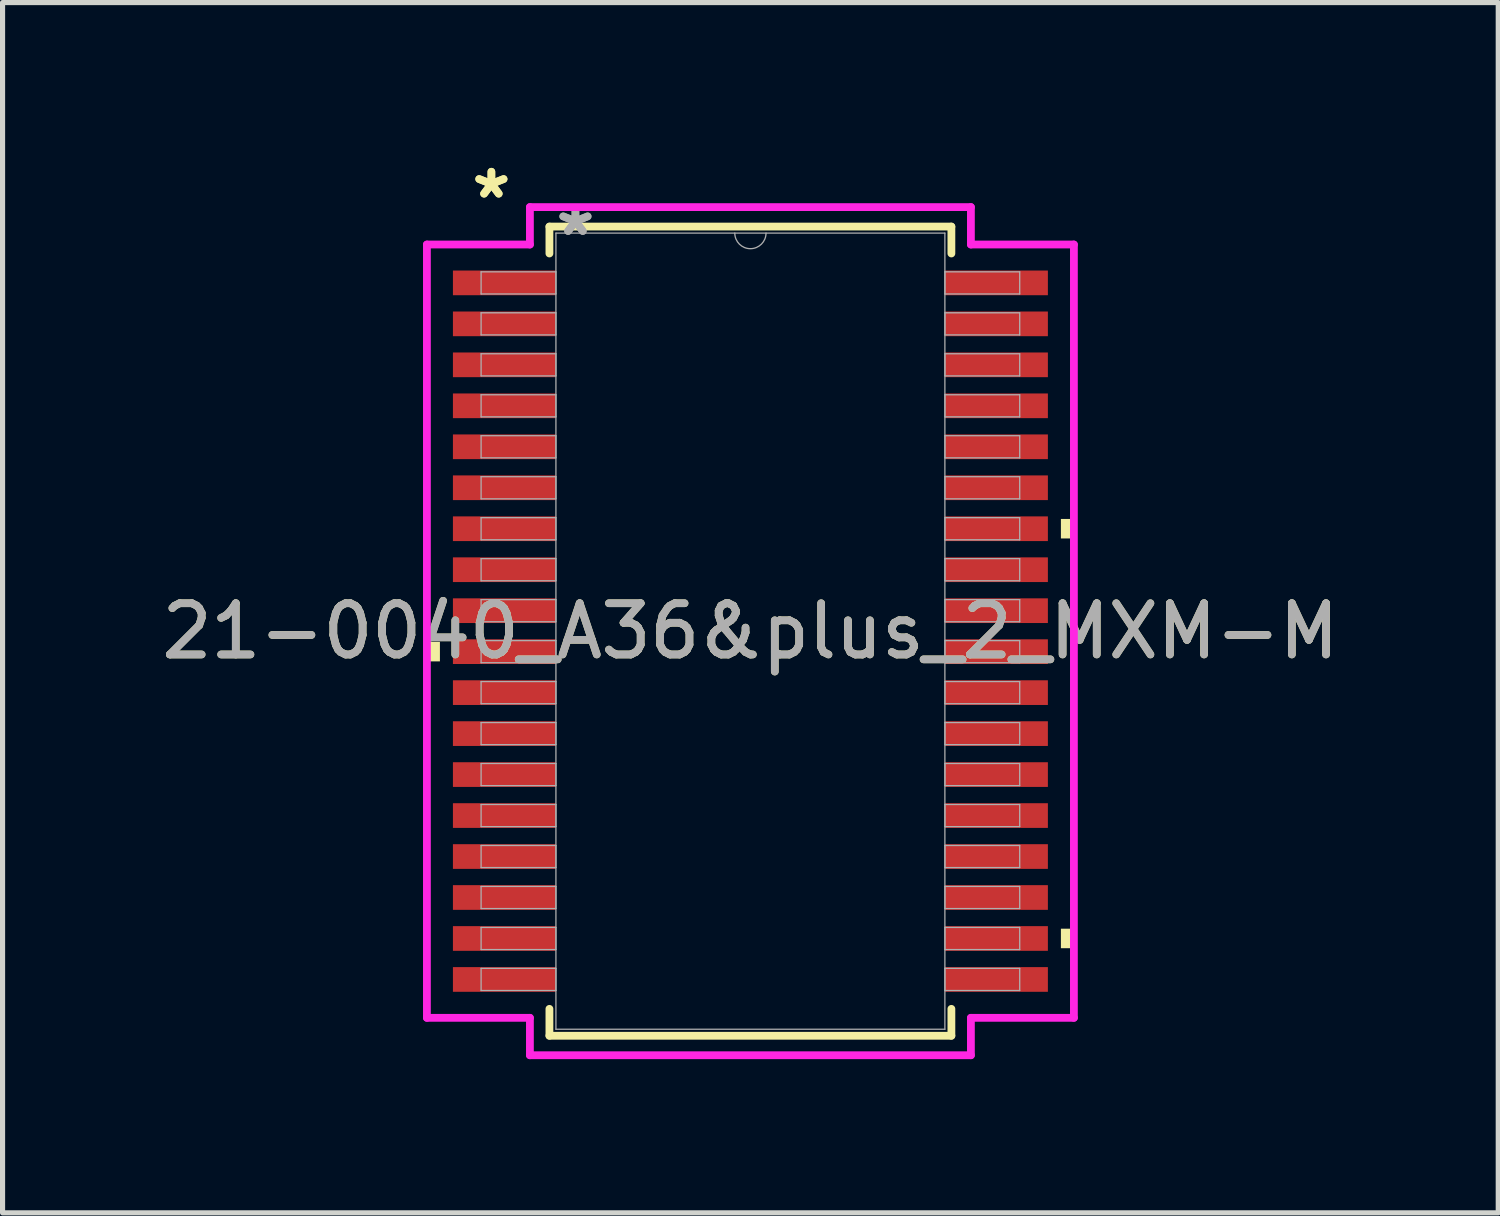
<source format=kicad_pcb>
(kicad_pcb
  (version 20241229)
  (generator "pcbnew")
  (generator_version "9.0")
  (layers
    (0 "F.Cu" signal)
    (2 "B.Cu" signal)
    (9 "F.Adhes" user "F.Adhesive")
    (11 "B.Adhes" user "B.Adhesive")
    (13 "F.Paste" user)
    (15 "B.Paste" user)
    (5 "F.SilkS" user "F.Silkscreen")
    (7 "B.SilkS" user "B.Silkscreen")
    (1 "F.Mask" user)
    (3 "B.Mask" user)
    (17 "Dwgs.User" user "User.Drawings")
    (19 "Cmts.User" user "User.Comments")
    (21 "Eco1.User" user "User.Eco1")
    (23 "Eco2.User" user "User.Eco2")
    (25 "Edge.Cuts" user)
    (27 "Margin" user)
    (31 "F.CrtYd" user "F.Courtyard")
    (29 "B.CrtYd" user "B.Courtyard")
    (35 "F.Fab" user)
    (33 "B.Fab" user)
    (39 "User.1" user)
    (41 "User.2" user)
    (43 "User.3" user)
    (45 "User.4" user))
  (footprint "21-0040_A36&plus_2_MXM-M"
    (layer "F.Cu")
    (at 11.601 9.273)
    (property "Reference" "21-0040_A36&plus_2_MXM-M" (at 0 0 0) (unlocked yes) (layer "F.SilkS") (effects (font (size 1 1) (thickness 0.15))))
    (attr smd)
    (fp_line (start -3.924 -7.899) (end -3.924 -7.374) (stroke (width 0.152) (type solid)) (layer "F.SilkS"))
    (fp_line (start -3.924 7.374) (end -3.924 7.899) (stroke (width 0.152) (type solid)) (layer "F.SilkS"))
    (fp_line (start -3.924 7.899) (end 3.924 7.899) (stroke (width 0.152) (type solid)) (layer "F.SilkS"))
    (fp_line (start 3.924 -7.899) (end -3.924 -7.899) (stroke (width 0.152) (type solid)) (layer "F.SilkS"))
    (fp_line (start 3.924 -7.374) (end 3.924 -7.899) (stroke (width 0.152) (type solid)) (layer "F.SilkS"))
    (fp_line (start 3.924 7.899) (end 3.924 7.374) (stroke (width 0.152) (type solid)) (layer "F.SilkS"))
    (fp_poly (pts (xy -6.316 0.209) (xy -6.316 0.59) (xy -6.062 0.59) (xy -6.062 0.209)) (stroke (width 0) (type solid)) (fill yes) (layer "F.SilkS"))
    (fp_poly (pts (xy 6.316 -2.191) (xy 6.316 -1.81) (xy 6.062 -1.81) (xy 6.062 -2.191)) (stroke (width 0) (type solid)) (fill yes) (layer "F.SilkS"))
    (fp_poly (pts (xy 6.316 5.809) (xy 6.316 6.19) (xy 6.062 6.19) (xy 6.062 5.809)) (stroke (width 0) (type solid)) (fill yes) (layer "F.SilkS"))
    (fp_line (start -6.316 -7.549) (end -4.305 -7.549) (stroke (width 0.152) (type solid)) (layer "F.CrtYd"))
    (fp_line (start -6.316 7.549) (end -6.316 -7.549) (stroke (width 0.152) (type solid)) (layer "F.CrtYd"))
    (fp_line (start -6.316 7.549) (end -4.305 7.549) (stroke (width 0.152) (type solid)) (layer "F.CrtYd"))
    (fp_line (start -4.305 -8.28) (end 4.305 -8.28) (stroke (width 0.152) (type solid)) (layer "F.CrtYd"))
    (fp_line (start -4.305 -7.549) (end -4.305 -8.28) (stroke (width 0.152) (type solid)) (layer "F.CrtYd"))
    (fp_line (start -4.305 8.28) (end -4.305 7.549) (stroke (width 0.152) (type solid)) (layer "F.CrtYd"))
    (fp_line (start 4.305 -8.28) (end 4.305 -7.549) (stroke (width 0.152) (type solid)) (layer "F.CrtYd"))
    (fp_line (start 4.305 7.549) (end 4.305 8.28) (stroke (width 0.152) (type solid)) (layer "F.CrtYd"))
    (fp_line (start 4.305 8.28) (end -4.305 8.28) (stroke (width 0.152) (type solid)) (layer "F.CrtYd"))
    (fp_line (start 6.316 -7.549) (end 4.305 -7.549) (stroke (width 0.152) (type solid)) (layer "F.CrtYd"))
    (fp_line (start 6.316 -7.549) (end 6.316 7.549) (stroke (width 0.152) (type solid)) (layer "F.CrtYd"))
    (fp_line (start 6.316 7.549) (end 4.305 7.549) (stroke (width 0.152) (type solid)) (layer "F.CrtYd"))
    (fp_line (start -5.258 -7.016) (end -5.258 -6.584) (stroke (width 0.025) (type solid)) (layer "F.Fab"))
    (fp_line (start -5.258 -6.584) (end -3.797 -6.584) (stroke (width 0.025) (type solid)) (layer "F.Fab"))
    (fp_line (start -5.258 -6.216) (end -5.258 -5.784) (stroke (width 0.025) (type solid)) (layer "F.Fab"))
    (fp_line (start -5.258 -5.784) (end -3.797 -5.784) (stroke (width 0.025) (type solid)) (layer "F.Fab"))
    (fp_line (start -5.258 -5.416) (end -5.258 -4.984) (stroke (width 0.025) (type solid)) (layer "F.Fab"))
    (fp_line (start -5.258 -4.984) (end -3.797 -4.984) (stroke (width 0.025) (type solid)) (layer "F.Fab"))
    (fp_line (start -5.258 -4.616) (end -5.258 -4.184) (stroke (width 0.025) (type solid)) (layer "F.Fab"))
    (fp_line (start -5.258 -4.184) (end -3.797 -4.184) (stroke (width 0.025) (type solid)) (layer "F.Fab"))
    (fp_line (start -5.258 -3.816) (end -5.258 -3.384) (stroke (width 0.025) (type solid)) (layer "F.Fab"))
    (fp_line (start -5.258 -3.384) (end -3.797 -3.384) (stroke (width 0.025) (type solid)) (layer "F.Fab"))
    (fp_line (start -5.258 -3.016) (end -5.258 -2.584) (stroke (width 0.025) (type solid)) (layer "F.Fab"))
    (fp_line (start -5.258 -2.584) (end -3.797 -2.584) (stroke (width 0.025) (type solid)) (layer "F.Fab"))
    (fp_line (start -5.258 -2.216) (end -5.258 -1.784) (stroke (width 0.025) (type solid)) (layer "F.Fab"))
    (fp_line (start -5.258 -1.784) (end -3.797 -1.784) (stroke (width 0.025) (type solid)) (layer "F.Fab"))
    (fp_line (start -5.258 -1.416) (end -5.258 -0.984) (stroke (width 0.025) (type solid)) (layer "F.Fab"))
    (fp_line (start -5.258 -0.984) (end -3.797 -0.984) (stroke (width 0.025) (type solid)) (layer "F.Fab"))
    (fp_line (start -5.258 -0.616) (end -5.258 -0.184) (stroke (width 0.025) (type solid)) (layer "F.Fab"))
    (fp_line (start -5.258 -0.184) (end -3.797 -0.184) (stroke (width 0.025) (type solid)) (layer "F.Fab"))
    (fp_line (start -5.258 0.184) (end -5.258 0.616) (stroke (width 0.025) (type solid)) (layer "F.Fab"))
    (fp_line (start -5.258 0.616) (end -3.797 0.616) (stroke (width 0.025) (type solid)) (layer "F.Fab"))
    (fp_line (start -5.258 0.984) (end -5.258 1.416) (stroke (width 0.025) (type solid)) (layer "F.Fab"))
    (fp_line (start -5.258 1.416) (end -3.797 1.416) (stroke (width 0.025) (type solid)) (layer "F.Fab"))
    (fp_line (start -5.258 1.784) (end -5.258 2.216) (stroke (width 0.025) (type solid)) (layer "F.Fab"))
    (fp_line (start -5.258 2.216) (end -3.797 2.216) (stroke (width 0.025) (type solid)) (layer "F.Fab"))
    (fp_line (start -5.258 2.584) (end -5.258 3.016) (stroke (width 0.025) (type solid)) (layer "F.Fab"))
    (fp_line (start -5.258 3.016) (end -3.797 3.016) (stroke (width 0.025) (type solid)) (layer "F.Fab"))
    (fp_line (start -5.258 3.384) (end -5.258 3.816) (stroke (width 0.025) (type solid)) (layer "F.Fab"))
    (fp_line (start -5.258 3.816) (end -3.797 3.816) (stroke (width 0.025) (type solid)) (layer "F.Fab"))
    (fp_line (start -5.258 4.184) (end -5.258 4.616) (stroke (width 0.025) (type solid)) (layer "F.Fab"))
    (fp_line (start -5.258 4.616) (end -3.797 4.616) (stroke (width 0.025) (type solid)) (layer "F.Fab"))
    (fp_line (start -5.258 4.984) (end -5.258 5.416) (stroke (width 0.025) (type solid)) (layer "F.Fab"))
    (fp_line (start -5.258 5.416) (end -3.797 5.416) (stroke (width 0.025) (type solid)) (layer "F.Fab"))
    (fp_line (start -5.258 5.784) (end -5.258 6.216) (stroke (width 0.025) (type solid)) (layer "F.Fab"))
    (fp_line (start -5.258 6.216) (end -3.797 6.216) (stroke (width 0.025) (type solid)) (layer "F.Fab"))
    (fp_line (start -5.258 6.584) (end -5.258 7.016) (stroke (width 0.025) (type solid)) (layer "F.Fab"))
    (fp_line (start -5.258 7.016) (end -3.797 7.016) (stroke (width 0.025) (type solid)) (layer "F.Fab"))
    (fp_line (start -3.797 -7.772) (end -3.797 7.772) (stroke (width 0.025) (type solid)) (layer "F.Fab"))
    (fp_line (start -3.797 -7.016) (end -5.258 -7.016) (stroke (width 0.025) (type solid)) (layer "F.Fab"))
    (fp_line (start -3.797 -6.584) (end -3.797 -7.016) (stroke (width 0.025) (type solid)) (layer "F.Fab"))
    (fp_line (start -3.797 -6.216) (end -5.258 -6.216) (stroke (width 0.025) (type solid)) (layer "F.Fab"))
    (fp_line (start -3.797 -5.784) (end -3.797 -6.216) (stroke (width 0.025) (type solid)) (layer "F.Fab"))
    (fp_line (start -3.797 -5.416) (end -5.258 -5.416) (stroke (width 0.025) (type solid)) (layer "F.Fab"))
    (fp_line (start -3.797 -4.984) (end -3.797 -5.416) (stroke (width 0.025) (type solid)) (layer "F.Fab"))
    (fp_line (start -3.797 -4.616) (end -5.258 -4.616) (stroke (width 0.025) (type solid)) (layer "F.Fab"))
    (fp_line (start -3.797 -4.184) (end -3.797 -4.616) (stroke (width 0.025) (type solid)) (layer "F.Fab"))
    (fp_line (start -3.797 -3.816) (end -5.258 -3.816) (stroke (width 0.025) (type solid)) (layer "F.Fab"))
    (fp_line (start -3.797 -3.384) (end -3.797 -3.816) (stroke (width 0.025) (type solid)) (layer "F.Fab"))
    (fp_line (start -3.797 -3.016) (end -5.258 -3.016) (stroke (width 0.025) (type solid)) (layer "F.Fab"))
    (fp_line (start -3.797 -2.584) (end -3.797 -3.016) (stroke (width 0.025) (type solid)) (layer "F.Fab"))
    (fp_line (start -3.797 -2.216) (end -5.258 -2.216) (stroke (width 0.025) (type solid)) (layer "F.Fab"))
    (fp_line (start -3.797 -1.784) (end -3.797 -2.216) (stroke (width 0.025) (type solid)) (layer "F.Fab"))
    (fp_line (start -3.797 -1.416) (end -5.258 -1.416) (stroke (width 0.025) (type solid)) (layer "F.Fab"))
    (fp_line (start -3.797 -0.984) (end -3.797 -1.416) (stroke (width 0.025) (type solid)) (layer "F.Fab"))
    (fp_line (start -3.797 -0.616) (end -5.258 -0.616) (stroke (width 0.025) (type solid)) (layer "F.Fab"))
    (fp_line (start -3.797 -0.184) (end -3.797 -0.616) (stroke (width 0.025) (type solid)) (layer "F.Fab"))
    (fp_line (start -3.797 0.184) (end -5.258 0.184) (stroke (width 0.025) (type solid)) (layer "F.Fab"))
    (fp_line (start -3.797 0.616) (end -3.797 0.184) (stroke (width 0.025) (type solid)) (layer "F.Fab"))
    (fp_line (start -3.797 0.984) (end -5.258 0.984) (stroke (width 0.025) (type solid)) (layer "F.Fab"))
    (fp_line (start -3.797 1.416) (end -3.797 0.984) (stroke (width 0.025) (type solid)) (layer "F.Fab"))
    (fp_line (start -3.797 1.784) (end -5.258 1.784) (stroke (width 0.025) (type solid)) (layer "F.Fab"))
    (fp_line (start -3.797 2.216) (end -3.797 1.784) (stroke (width 0.025) (type solid)) (layer "F.Fab"))
    (fp_line (start -3.797 2.584) (end -5.258 2.584) (stroke (width 0.025) (type solid)) (layer "F.Fab"))
    (fp_line (start -3.797 3.016) (end -3.797 2.584) (stroke (width 0.025) (type solid)) (layer "F.Fab"))
    (fp_line (start -3.797 3.384) (end -5.258 3.384) (stroke (width 0.025) (type solid)) (layer "F.Fab"))
    (fp_line (start -3.797 3.816) (end -3.797 3.384) (stroke (width 0.025) (type solid)) (layer "F.Fab"))
    (fp_line (start -3.797 4.184) (end -5.258 4.184) (stroke (width 0.025) (type solid)) (layer "F.Fab"))
    (fp_line (start -3.797 4.616) (end -3.797 4.184) (stroke (width 0.025) (type solid)) (layer "F.Fab"))
    (fp_line (start -3.797 4.984) (end -5.258 4.984) (stroke (width 0.025) (type solid)) (layer "F.Fab"))
    (fp_line (start -3.797 5.416) (end -3.797 4.984) (stroke (width 0.025) (type solid)) (layer "F.Fab"))
    (fp_line (start -3.797 5.784) (end -5.258 5.784) (stroke (width 0.025) (type solid)) (layer "F.Fab"))
    (fp_line (start -3.797 6.216) (end -3.797 5.784) (stroke (width 0.025) (type solid)) (layer "F.Fab"))
    (fp_line (start -3.797 6.584) (end -5.258 6.584) (stroke (width 0.025) (type solid)) (layer "F.Fab"))
    (fp_line (start -3.797 7.016) (end -3.797 6.584) (stroke (width 0.025) (type solid)) (layer "F.Fab"))
    (fp_line (start -3.797 7.772) (end 3.797 7.772) (stroke (width 0.025) (type solid)) (layer "F.Fab"))
    (fp_line (start 3.797 -7.772) (end -3.797 -7.772) (stroke (width 0.025) (type solid)) (layer "F.Fab"))
    (fp_line (start 3.797 -7.016) (end 3.797 -6.584) (stroke (width 0.025) (type solid)) (layer "F.Fab"))
    (fp_line (start 3.797 -6.584) (end 5.258 -6.584) (stroke (width 0.025) (type solid)) (layer "F.Fab"))
    (fp_line (start 3.797 -6.216) (end 3.797 -5.784) (stroke (width 0.025) (type solid)) (layer "F.Fab"))
    (fp_line (start 3.797 -5.784) (end 5.258 -5.784) (stroke (width 0.025) (type solid)) (layer "F.Fab"))
    (fp_line (start 3.797 -5.416) (end 3.797 -4.984) (stroke (width 0.025) (type solid)) (layer "F.Fab"))
    (fp_line (start 3.797 -4.984) (end 5.258 -4.984) (stroke (width 0.025) (type solid)) (layer "F.Fab"))
    (fp_line (start 3.797 -4.616) (end 3.797 -4.184) (stroke (width 0.025) (type solid)) (layer "F.Fab"))
    (fp_line (start 3.797 -4.184) (end 5.258 -4.184) (stroke (width 0.025) (type solid)) (layer "F.Fab"))
    (fp_line (start 3.797 -3.816) (end 3.797 -3.384) (stroke (width 0.025) (type solid)) (layer "F.Fab"))
    (fp_line (start 3.797 -3.384) (end 5.258 -3.384) (stroke (width 0.025) (type solid)) (layer "F.Fab"))
    (fp_line (start 3.797 -3.016) (end 3.797 -2.584) (stroke (width 0.025) (type solid)) (layer "F.Fab"))
    (fp_line (start 3.797 -2.584) (end 5.258 -2.584) (stroke (width 0.025) (type solid)) (layer "F.Fab"))
    (fp_line (start 3.797 -2.216) (end 3.797 -1.784) (stroke (width 0.025) (type solid)) (layer "F.Fab"))
    (fp_line (start 3.797 -1.784) (end 5.258 -1.784) (stroke (width 0.025) (type solid)) (layer "F.Fab"))
    (fp_line (start 3.797 -1.416) (end 3.797 -0.984) (stroke (width 0.025) (type solid)) (layer "F.Fab"))
    (fp_line (start 3.797 -0.984) (end 5.258 -0.984) (stroke (width 0.025) (type solid)) (layer "F.Fab"))
    (fp_line (start 3.797 -0.616) (end 3.797 -0.184) (stroke (width 0.025) (type solid)) (layer "F.Fab"))
    (fp_line (start 3.797 -0.184) (end 5.258 -0.184) (stroke (width 0.025) (type solid)) (layer "F.Fab"))
    (fp_line (start 3.797 0.184) (end 3.797 0.616) (stroke (width 0.025) (type solid)) (layer "F.Fab"))
    (fp_line (start 3.797 0.616) (end 5.258 0.616) (stroke (width 0.025) (type solid)) (layer "F.Fab"))
    (fp_line (start 3.797 0.984) (end 3.797 1.416) (stroke (width 0.025) (type solid)) (layer "F.Fab"))
    (fp_line (start 3.797 1.416) (end 5.258 1.416) (stroke (width 0.025) (type solid)) (layer "F.Fab"))
    (fp_line (start 3.797 1.784) (end 3.797 2.216) (stroke (width 0.025) (type solid)) (layer "F.Fab"))
    (fp_line (start 3.797 2.216) (end 5.258 2.216) (stroke (width 0.025) (type solid)) (layer "F.Fab"))
    (fp_line (start 3.797 2.584) (end 3.797 3.016) (stroke (width 0.025) (type solid)) (layer "F.Fab"))
    (fp_line (start 3.797 3.016) (end 5.258 3.016) (stroke (width 0.025) (type solid)) (layer "F.Fab"))
    (fp_line (start 3.797 3.384) (end 3.797 3.816) (stroke (width 0.025) (type solid)) (layer "F.Fab"))
    (fp_line (start 3.797 3.816) (end 5.258 3.816) (stroke (width 0.025) (type solid)) (layer "F.Fab"))
    (fp_line (start 3.797 4.184) (end 3.797 4.616) (stroke (width 0.025) (type solid)) (layer "F.Fab"))
    (fp_line (start 3.797 4.616) (end 5.258 4.616) (stroke (width 0.025) (type solid)) (layer "F.Fab"))
    (fp_line (start 3.797 4.984) (end 3.797 5.416) (stroke (width 0.025) (type solid)) (layer "F.Fab"))
    (fp_line (start 3.797 5.416) (end 5.258 5.416) (stroke (width 0.025) (type solid)) (layer "F.Fab"))
    (fp_line (start 3.797 5.784) (end 3.797 6.216) (stroke (width 0.025) (type solid)) (layer "F.Fab"))
    (fp_line (start 3.797 6.216) (end 5.258 6.216) (stroke (width 0.025) (type solid)) (layer "F.Fab"))
    (fp_line (start 3.797 6.584) (end 3.797 7.016) (stroke (width 0.025) (type solid)) (layer "F.Fab"))
    (fp_line (start 3.797 7.016) (end 5.258 7.016) (stroke (width 0.025) (type solid)) (layer "F.Fab"))
    (fp_line (start 3.797 7.772) (end 3.797 -7.772) (stroke (width 0.025) (type solid)) (layer "F.Fab"))
    (fp_line (start 5.258 -7.016) (end 3.797 -7.016) (stroke (width 0.025) (type solid)) (layer "F.Fab"))
    (fp_line (start 5.258 -6.584) (end 5.258 -7.016) (stroke (width 0.025) (type solid)) (layer "F.Fab"))
    (fp_line (start 5.258 -6.216) (end 3.797 -6.216) (stroke (width 0.025) (type solid)) (layer "F.Fab"))
    (fp_line (start 5.258 -5.784) (end 5.258 -6.216) (stroke (width 0.025) (type solid)) (layer "F.Fab"))
    (fp_line (start 5.258 -5.416) (end 3.797 -5.416) (stroke (width 0.025) (type solid)) (layer "F.Fab"))
    (fp_line (start 5.258 -4.984) (end 5.258 -5.416) (stroke (width 0.025) (type solid)) (layer "F.Fab"))
    (fp_line (start 5.258 -4.616) (end 3.797 -4.616) (stroke (width 0.025) (type solid)) (layer "F.Fab"))
    (fp_line (start 5.258 -4.184) (end 5.258 -4.616) (stroke (width 0.025) (type solid)) (layer "F.Fab"))
    (fp_line (start 5.258 -3.816) (end 3.797 -3.816) (stroke (width 0.025) (type solid)) (layer "F.Fab"))
    (fp_line (start 5.258 -3.384) (end 5.258 -3.816) (stroke (width 0.025) (type solid)) (layer "F.Fab"))
    (fp_line (start 5.258 -3.016) (end 3.797 -3.016) (stroke (width 0.025) (type solid)) (layer "F.Fab"))
    (fp_line (start 5.258 -2.584) (end 5.258 -3.016) (stroke (width 0.025) (type solid)) (layer "F.Fab"))
    (fp_line (start 5.258 -2.216) (end 3.797 -2.216) (stroke (width 0.025) (type solid)) (layer "F.Fab"))
    (fp_line (start 5.258 -1.784) (end 5.258 -2.216) (stroke (width 0.025) (type solid)) (layer "F.Fab"))
    (fp_line (start 5.258 -1.416) (end 3.797 -1.416) (stroke (width 0.025) (type solid)) (layer "F.Fab"))
    (fp_line (start 5.258 -0.984) (end 5.258 -1.416) (stroke (width 0.025) (type solid)) (layer "F.Fab"))
    (fp_line (start 5.258 -0.616) (end 3.797 -0.616) (stroke (width 0.025) (type solid)) (layer "F.Fab"))
    (fp_line (start 5.258 -0.184) (end 5.258 -0.616) (stroke (width 0.025) (type solid)) (layer "F.Fab"))
    (fp_line (start 5.258 0.184) (end 3.797 0.184) (stroke (width 0.025) (type solid)) (layer "F.Fab"))
    (fp_line (start 5.258 0.616) (end 5.258 0.184) (stroke (width 0.025) (type solid)) (layer "F.Fab"))
    (fp_line (start 5.258 0.984) (end 3.797 0.984) (stroke (width 0.025) (type solid)) (layer "F.Fab"))
    (fp_line (start 5.258 1.416) (end 5.258 0.984) (stroke (width 0.025) (type solid)) (layer "F.Fab"))
    (fp_line (start 5.258 1.784) (end 3.797 1.784) (stroke (width 0.025) (type solid)) (layer "F.Fab"))
    (fp_line (start 5.258 2.216) (end 5.258 1.784) (stroke (width 0.025) (type solid)) (layer "F.Fab"))
    (fp_line (start 5.258 2.584) (end 3.797 2.584) (stroke (width 0.025) (type solid)) (layer "F.Fab"))
    (fp_line (start 5.258 3.016) (end 5.258 2.584) (stroke (width 0.025) (type solid)) (layer "F.Fab"))
    (fp_line (start 5.258 3.384) (end 3.797 3.384) (stroke (width 0.025) (type solid)) (layer "F.Fab"))
    (fp_line (start 5.258 3.816) (end 5.258 3.384) (stroke (width 0.025) (type solid)) (layer "F.Fab"))
    (fp_line (start 5.258 4.184) (end 3.797 4.184) (stroke (width 0.025) (type solid)) (layer "F.Fab"))
    (fp_line (start 5.258 4.616) (end 5.258 4.184) (stroke (width 0.025) (type solid)) (layer "F.Fab"))
    (fp_line (start 5.258 4.984) (end 3.797 4.984) (stroke (width 0.025) (type solid)) (layer "F.Fab"))
    (fp_line (start 5.258 5.416) (end 5.258 4.984) (stroke (width 0.025) (type solid)) (layer "F.Fab"))
    (fp_line (start 5.258 5.784) (end 3.797 5.784) (stroke (width 0.025) (type solid)) (layer "F.Fab"))
    (fp_line (start 5.258 6.216) (end 5.258 5.784) (stroke (width 0.025) (type solid)) (layer "F.Fab"))
    (fp_line (start 5.258 6.584) (end 3.797 6.584) (stroke (width 0.025) (type solid)) (layer "F.Fab"))
    (fp_line (start 5.258 7.016) (end 5.258 6.584) (stroke (width 0.025) (type solid)) (layer "F.Fab"))
    (fp_arc (start 0.3048 -7.7724) (mid 0 -7.4676) (end -0.3048 -7.7724) (stroke (width 0.0254) (type solid)) (layer "F.Fab"))
    (fp_text user "*" (at -5.057 -8.425 0) (unlocked yes) (layer "F.SilkS") (effects (font (size 1 1) (thickness 0.15))))
    (fp_text user "*" (at -5.057 -8.425 0) (layer "F.SilkS") (effects (font (size 1 1) (thickness 0.15))))
    (fp_text user "*" (at -3.416 -7.696 0) (unlocked yes) (layer "F.Fab") (effects (font (size 1 1) (thickness 0.15))))
    (fp_text user "${REFERENCE}" (at 0 0 0) (unlocked yes) (layer "F.Fab") (effects (font (size 1 1) (thickness 0.15))))
    (fp_text user "*" (at -3.416 -7.696 0) (layer "F.Fab") (effects (font (size 1 1) (thickness 0.15))))
    (pad "1" smd rect (at -4.803 -6.8) (size 2.01 0.482) (layers "F.Cu" "F.Mask" "F.Paste"))
    (pad "2" smd rect (at -4.803 -6) (size 2.01 0.482) (layers "F.Cu" "F.Mask" "F.Paste"))
    (pad "3" smd rect (at -4.803 -5.2) (size 2.01 0.482) (layers "F.Cu" "F.Mask" "F.Paste"))
    (pad "4" smd rect (at -4.803 -4.4) (size 2.01 0.482) (layers "F.Cu" "F.Mask" "F.Paste"))
    (pad "5" smd rect (at -4.803 -3.6) (size 2.01 0.482) (layers "F.Cu" "F.Mask" "F.Paste"))
    (pad "6" smd rect (at -4.803 -2.8) (size 2.01 0.482) (layers "F.Cu" "F.Mask" "F.Paste"))
    (pad "7" smd rect (at -4.803 -2) (size 2.01 0.482) (layers "F.Cu" "F.Mask" "F.Paste"))
    (pad "8" smd rect (at -4.803 -1.2) (size 2.01 0.482) (layers "F.Cu" "F.Mask" "F.Paste"))
    (pad "9" smd rect (at -4.803 -0.4) (size 2.01 0.482) (layers "F.Cu" "F.Mask" "F.Paste"))
    (pad "10" smd rect (at -4.803 0.4) (size 2.01 0.482) (layers "F.Cu" "F.Mask" "F.Paste"))
    (pad "11" smd rect (at -4.803 1.2) (size 2.01 0.482) (layers "F.Cu" "F.Mask" "F.Paste"))
    (pad "12" smd rect (at -4.803 2) (size 2.01 0.482) (layers "F.Cu" "F.Mask" "F.Paste"))
    (pad "13" smd rect (at -4.803 2.8) (size 2.01 0.482) (layers "F.Cu" "F.Mask" "F.Paste"))
    (pad "14" smd rect (at -4.803 3.6) (size 2.01 0.482) (layers "F.Cu" "F.Mask" "F.Paste"))
    (pad "15" smd rect (at -4.803 4.4) (size 2.01 0.482) (layers "F.Cu" "F.Mask" "F.Paste"))
    (pad "16" smd rect (at -4.803 5.2) (size 2.01 0.482) (layers "F.Cu" "F.Mask" "F.Paste"))
    (pad "17" smd rect (at -4.803 6) (size 2.01 0.482) (layers "F.Cu" "F.Mask" "F.Paste"))
    (pad "18" smd rect (at -4.803 6.8) (size 2.01 0.482) (layers "F.Cu" "F.Mask" "F.Paste"))
    (pad "19" smd rect (at 4.803 6.8) (size 2.01 0.482) (layers "F.Cu" "F.Mask" "F.Paste"))
    (pad "20" smd rect (at 4.803 6) (size 2.01 0.482) (layers "F.Cu" "F.Mask" "F.Paste"))
    (pad "21" smd rect (at 4.803 5.2) (size 2.01 0.482) (layers "F.Cu" "F.Mask" "F.Paste"))
    (pad "22" smd rect (at 4.803 4.4) (size 2.01 0.482) (layers "F.Cu" "F.Mask" "F.Paste"))
    (pad "23" smd rect (at 4.803 3.6) (size 2.01 0.482) (layers "F.Cu" "F.Mask" "F.Paste"))
    (pad "24" smd rect (at 4.803 2.8) (size 2.01 0.482) (layers "F.Cu" "F.Mask" "F.Paste"))
    (pad "25" smd rect (at 4.803 2) (size 2.01 0.482) (layers "F.Cu" "F.Mask" "F.Paste"))
    (pad "26" smd rect (at 4.803 1.2) (size 2.01 0.482) (layers "F.Cu" "F.Mask" "F.Paste"))
    (pad "27" smd rect (at 4.803 0.4) (size 2.01 0.482) (layers "F.Cu" "F.Mask" "F.Paste"))
    (pad "28" smd rect (at 4.803 -0.4) (size 2.01 0.482) (layers "F.Cu" "F.Mask" "F.Paste"))
    (pad "29" smd rect (at 4.803 -1.2) (size 2.01 0.482) (layers "F.Cu" "F.Mask" "F.Paste"))
    (pad "30" smd rect (at 4.803 -2) (size 2.01 0.482) (layers "F.Cu" "F.Mask" "F.Paste"))
    (pad "31" smd rect (at 4.803 -2.8) (size 2.01 0.482) (layers "F.Cu" "F.Mask" "F.Paste"))
    (pad "32" smd rect (at 4.803 -3.6) (size 2.01 0.482) (layers "F.Cu" "F.Mask" "F.Paste"))
    (pad "33" smd rect (at 4.803 -4.4) (size 2.01 0.482) (layers "F.Cu" "F.Mask" "F.Paste"))
    (pad "34" smd rect (at 4.803 -5.2) (size 2.01 0.482) (layers "F.Cu" "F.Mask" "F.Paste"))
    (pad "35" smd rect (at 4.803 -6) (size 2.01 0.482) (layers "F.Cu" "F.Mask" "F.Paste"))
    (pad "36" smd rect (at 4.803 -6.8) (size 2.01 0.482) (layers "F.Cu" "F.Mask" "F.Paste")))
  (gr_rect
    (start -3 -3)
    (end 26.202 20.63)
    (stroke (width 0.1) (type default))
    (fill no)
    (layer "Edge.Cuts")))
</source>
